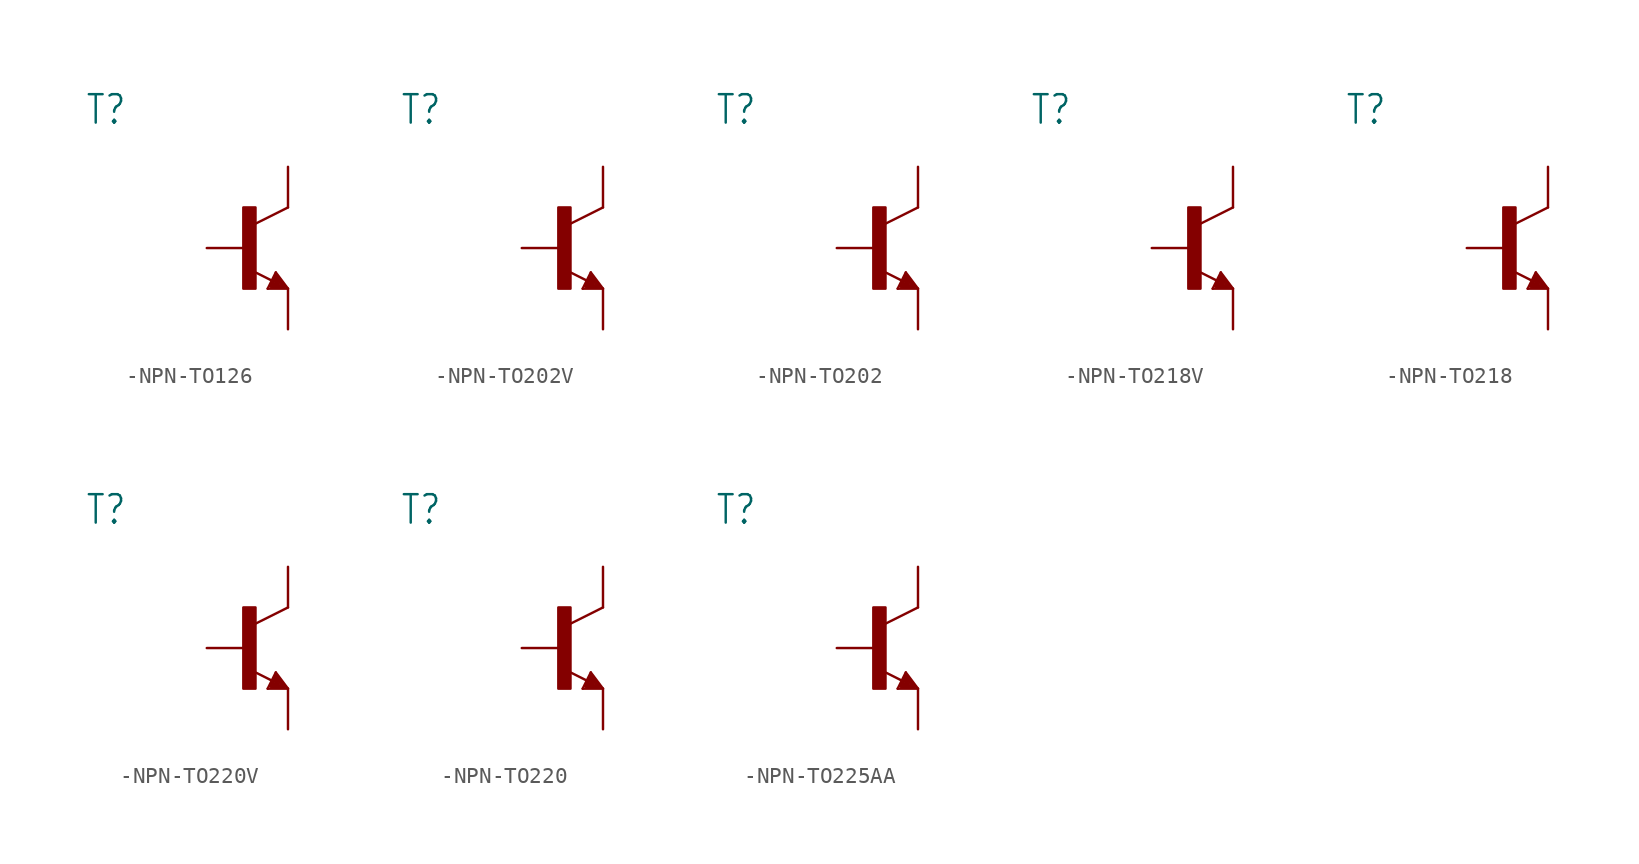
<source format=kicad_sym>
(kicad_symbol_lib
  (version 20231120)
  (generator "kicad_symbol_editor")
  (generator_version "8.0")
  (symbol "-NPN-TO126"
    (property "Reference" "T"
      (at -10.16 7.62 0)
      (effects (font (size 1.778 1.511)) (justify left bottom)))
    (property "Value" ""
      (at -10.16 5.08 0)
      (effects (font (size 1.778 1.511)) (justify left bottom)))
    (property "ki_locked" ""
      (at 0 0 0)
      (effects (font (size 1.27 1.27))))
    (symbol "-NPN-TO126_1_0"
      (rectangle (start -0.254 -2.54) (end 0.508 2.54) (stroke (width 0) (type default)) (fill (type outline)))
      (polyline (pts (xy 1.27 -2.54) (xy 1.778 -1.524)) (stroke (width 0.152) (type solid)) (fill (type none)))
      (polyline (pts (xy 1.524 -2.413) (xy 2.286 -2.413)) (stroke (width 0.254) (type solid)) (fill (type none)))
      (polyline (pts (xy 1.524 -2.286) (xy 1.905 -2.286)) (stroke (width 0.254) (type solid)) (fill (type none)))
      (polyline (pts (xy 1.54 -2.04) (xy 0.308 -1.424)) (stroke (width 0.152) (type solid)) (fill (type none)))
      (polyline (pts (xy 1.778 -1.778) (xy 1.524 -2.286)) (stroke (width 0.254) (type solid)) (fill (type none)))
      (polyline (pts (xy 1.778 -1.524) (xy 2.54 -2.54)) (stroke (width 0.152) (type solid)) (fill (type none)))
      (polyline (pts (xy 1.905 -2.286) (xy 1.778 -2.032)) (stroke (width 0.254) (type solid)) (fill (type none)))
      (polyline (pts (xy 2.286 -2.413) (xy 1.778 -1.778)) (stroke (width 0.254) (type solid)) (fill (type none)))
      (polyline (pts (xy 2.54 -2.54) (xy 1.27 -2.54)) (stroke (width 0.152) (type solid)) (fill (type none)))
      (polyline (pts (xy 2.54 2.54) (xy 0.508 1.524)) (stroke (width 0.152) (type solid)) (fill (type none)))
      (pin passive line (at 2.54 -5.08 90) (length 2.54) (name "E" (effects (font (size 0 0)))) (number "1" (effects (font (size 0 0)))))
      (pin passive line (at 2.54 5.08 270) (length 2.54) (name "C" (effects (font (size 0 0)))) (number "2" (effects (font (size 0 0)))))
      (pin passive line (at -2.54 0 0) (length 2.54) (name "B" (effects (font (size 0 0)))) (number "3" (effects (font (size 0 0)))))))
  (symbol "-NPN-TO202V"
    (property "Reference" "T"
      (at -10.16 7.62 0)
      (effects (font (size 1.778 1.511)) (justify left bottom)))
    (property "Value" ""
      (at -10.16 5.08 0)
      (effects (font (size 1.778 1.511)) (justify left bottom)))
    (property "ki_locked" ""
      (at 0 0 0)
      (effects (font (size 1.27 1.27))))
    (symbol "-NPN-TO202V_1_0"
      (rectangle (start -0.254 -2.54) (end 0.508 2.54) (stroke (width 0) (type default)) (fill (type outline)))
      (polyline (pts (xy 1.27 -2.54) (xy 1.778 -1.524)) (stroke (width 0.152) (type solid)) (fill (type none)))
      (polyline (pts (xy 1.524 -2.413) (xy 2.286 -2.413)) (stroke (width 0.254) (type solid)) (fill (type none)))
      (polyline (pts (xy 1.524 -2.286) (xy 1.905 -2.286)) (stroke (width 0.254) (type solid)) (fill (type none)))
      (polyline (pts (xy 1.54 -2.04) (xy 0.308 -1.424)) (stroke (width 0.152) (type solid)) (fill (type none)))
      (polyline (pts (xy 1.778 -1.778) (xy 1.524 -2.286)) (stroke (width 0.254) (type solid)) (fill (type none)))
      (polyline (pts (xy 1.778 -1.524) (xy 2.54 -2.54)) (stroke (width 0.152) (type solid)) (fill (type none)))
      (polyline (pts (xy 1.905 -2.286) (xy 1.778 -2.032)) (stroke (width 0.254) (type solid)) (fill (type none)))
      (polyline (pts (xy 2.286 -2.413) (xy 1.778 -1.778)) (stroke (width 0.254) (type solid)) (fill (type none)))
      (polyline (pts (xy 2.54 -2.54) (xy 1.27 -2.54)) (stroke (width 0.152) (type solid)) (fill (type none)))
      (polyline (pts (xy 2.54 2.54) (xy 0.508 1.524)) (stroke (width 0.152) (type solid)) (fill (type none)))
      (pin passive line (at 2.54 -5.08 90) (length 2.54) (name "E" (effects (font (size 0 0)))) (number "1" (effects (font (size 0 0)))))
      (pin passive line (at 2.54 5.08 270) (length 2.54) (name "C" (effects (font (size 0 0)))) (number "2" (effects (font (size 0 0)))))
      (pin passive line (at -2.54 0 0) (length 2.54) (name "B" (effects (font (size 0 0)))) (number "3" (effects (font (size 0 0)))))))
  (symbol "-NPN-TO202"
    (property "Reference" "T"
      (at -10.16 7.62 0)
      (effects (font (size 1.778 1.511)) (justify left bottom)))
    (property "Value" ""
      (at -10.16 5.08 0)
      (effects (font (size 1.778 1.511)) (justify left bottom)))
    (property "ki_locked" ""
      (at 0 0 0)
      (effects (font (size 1.27 1.27))))
    (symbol "-NPN-TO202_1_0"
      (rectangle (start -0.254 -2.54) (end 0.508 2.54) (stroke (width 0) (type default)) (fill (type outline)))
      (polyline (pts (xy 1.27 -2.54) (xy 1.778 -1.524)) (stroke (width 0.152) (type solid)) (fill (type none)))
      (polyline (pts (xy 1.524 -2.413) (xy 2.286 -2.413)) (stroke (width 0.254) (type solid)) (fill (type none)))
      (polyline (pts (xy 1.524 -2.286) (xy 1.905 -2.286)) (stroke (width 0.254) (type solid)) (fill (type none)))
      (polyline (pts (xy 1.54 -2.04) (xy 0.308 -1.424)) (stroke (width 0.152) (type solid)) (fill (type none)))
      (polyline (pts (xy 1.778 -1.778) (xy 1.524 -2.286)) (stroke (width 0.254) (type solid)) (fill (type none)))
      (polyline (pts (xy 1.778 -1.524) (xy 2.54 -2.54)) (stroke (width 0.152) (type solid)) (fill (type none)))
      (polyline (pts (xy 1.905 -2.286) (xy 1.778 -2.032)) (stroke (width 0.254) (type solid)) (fill (type none)))
      (polyline (pts (xy 2.286 -2.413) (xy 1.778 -1.778)) (stroke (width 0.254) (type solid)) (fill (type none)))
      (polyline (pts (xy 2.54 -2.54) (xy 1.27 -2.54)) (stroke (width 0.152) (type solid)) (fill (type none)))
      (polyline (pts (xy 2.54 2.54) (xy 0.508 1.524)) (stroke (width 0.152) (type solid)) (fill (type none)))
      (pin passive line (at 2.54 -5.08 90) (length 2.54) (name "E" (effects (font (size 0 0)))) (number "1" (effects (font (size 0 0)))))
      (pin passive line (at 2.54 5.08 270) (length 2.54) (name "C" (effects (font (size 0 0)))) (number "2" (effects (font (size 0 0)))))
      (pin passive line (at -2.54 0 0) (length 2.54) (name "B" (effects (font (size 0 0)))) (number "3" (effects (font (size 0 0)))))))
  (symbol "-NPN-TO218V"
    (property "Reference" "T"
      (at -10.16 7.62 0)
      (effects (font (size 1.778 1.511)) (justify left bottom)))
    (property "Value" ""
      (at -10.16 5.08 0)
      (effects (font (size 1.778 1.511)) (justify left bottom)))
    (property "ki_locked" ""
      (at 0 0 0)
      (effects (font (size 1.27 1.27))))
    (symbol "-NPN-TO218V_1_0"
      (rectangle (start -0.254 -2.54) (end 0.508 2.54) (stroke (width 0) (type default)) (fill (type outline)))
      (polyline (pts (xy 1.27 -2.54) (xy 1.778 -1.524)) (stroke (width 0.152) (type solid)) (fill (type none)))
      (polyline (pts (xy 1.524 -2.413) (xy 2.286 -2.413)) (stroke (width 0.254) (type solid)) (fill (type none)))
      (polyline (pts (xy 1.524 -2.286) (xy 1.905 -2.286)) (stroke (width 0.254) (type solid)) (fill (type none)))
      (polyline (pts (xy 1.54 -2.04) (xy 0.308 -1.424)) (stroke (width 0.152) (type solid)) (fill (type none)))
      (polyline (pts (xy 1.778 -1.778) (xy 1.524 -2.286)) (stroke (width 0.254) (type solid)) (fill (type none)))
      (polyline (pts (xy 1.778 -1.524) (xy 2.54 -2.54)) (stroke (width 0.152) (type solid)) (fill (type none)))
      (polyline (pts (xy 1.905 -2.286) (xy 1.778 -2.032)) (stroke (width 0.254) (type solid)) (fill (type none)))
      (polyline (pts (xy 2.286 -2.413) (xy 1.778 -1.778)) (stroke (width 0.254) (type solid)) (fill (type none)))
      (polyline (pts (xy 2.54 -2.54) (xy 1.27 -2.54)) (stroke (width 0.152) (type solid)) (fill (type none)))
      (polyline (pts (xy 2.54 2.54) (xy 0.508 1.524)) (stroke (width 0.152) (type solid)) (fill (type none)))
      (pin passive line (at -2.54 0 0) (length 2.54) (name "B" (effects (font (size 0 0)))) (number "1" (effects (font (size 0 0)))))
      (pin passive line (at 2.54 5.08 270) (length 2.54) (name "C" (effects (font (size 0 0)))) (number "2" (effects (font (size 0 0)))))
      (pin passive line (at 2.54 -5.08 90) (length 2.54) (name "E" (effects (font (size 0 0)))) (number "3" (effects (font (size 0 0)))))))
  (symbol "-NPN-TO218"
    (property "Reference" "T"
      (at -10.16 7.62 0)
      (effects (font (size 1.778 1.511)) (justify left bottom)))
    (property "Value" ""
      (at -10.16 5.08 0)
      (effects (font (size 1.778 1.511)) (justify left bottom)))
    (property "ki_locked" ""
      (at 0 0 0)
      (effects (font (size 1.27 1.27))))
    (symbol "-NPN-TO218_1_0"
      (rectangle (start -0.254 -2.54) (end 0.508 2.54) (stroke (width 0) (type default)) (fill (type outline)))
      (polyline (pts (xy 1.27 -2.54) (xy 1.778 -1.524)) (stroke (width 0.152) (type solid)) (fill (type none)))
      (polyline (pts (xy 1.524 -2.413) (xy 2.286 -2.413)) (stroke (width 0.254) (type solid)) (fill (type none)))
      (polyline (pts (xy 1.524 -2.286) (xy 1.905 -2.286)) (stroke (width 0.254) (type solid)) (fill (type none)))
      (polyline (pts (xy 1.54 -2.04) (xy 0.308 -1.424)) (stroke (width 0.152) (type solid)) (fill (type none)))
      (polyline (pts (xy 1.778 -1.778) (xy 1.524 -2.286)) (stroke (width 0.254) (type solid)) (fill (type none)))
      (polyline (pts (xy 1.778 -1.524) (xy 2.54 -2.54)) (stroke (width 0.152) (type solid)) (fill (type none)))
      (polyline (pts (xy 1.905 -2.286) (xy 1.778 -2.032)) (stroke (width 0.254) (type solid)) (fill (type none)))
      (polyline (pts (xy 2.286 -2.413) (xy 1.778 -1.778)) (stroke (width 0.254) (type solid)) (fill (type none)))
      (polyline (pts (xy 2.54 -2.54) (xy 1.27 -2.54)) (stroke (width 0.152) (type solid)) (fill (type none)))
      (polyline (pts (xy 2.54 2.54) (xy 0.508 1.524)) (stroke (width 0.152) (type solid)) (fill (type none)))
      (pin passive line (at -2.54 0 0) (length 2.54) (name "B" (effects (font (size 0 0)))) (number "1" (effects (font (size 0 0)))))
      (pin passive line (at 2.54 5.08 270) (length 2.54) (name "C" (effects (font (size 0 0)))) (number "2" (effects (font (size 0 0)))))
      (pin passive line (at 2.54 -5.08 90) (length 2.54) (name "E" (effects (font (size 0 0)))) (number "3" (effects (font (size 0 0)))))))
  (symbol "-NPN-TO220V"
    (property "Reference" "T"
      (at -10.16 7.62 0)
      (effects (font (size 1.778 1.511)) (justify left bottom)))
    (property "Value" ""
      (at -10.16 5.08 0)
      (effects (font (size 1.778 1.511)) (justify left bottom)))
    (property "ki_locked" ""
      (at 0 0 0)
      (effects (font (size 1.27 1.27))))
    (symbol "-NPN-TO220V_1_0"
      (rectangle (start -0.254 -2.54) (end 0.508 2.54) (stroke (width 0) (type default)) (fill (type outline)))
      (polyline (pts (xy 1.27 -2.54) (xy 1.778 -1.524)) (stroke (width 0.152) (type solid)) (fill (type none)))
      (polyline (pts (xy 1.524 -2.413) (xy 2.286 -2.413)) (stroke (width 0.254) (type solid)) (fill (type none)))
      (polyline (pts (xy 1.524 -2.286) (xy 1.905 -2.286)) (stroke (width 0.254) (type solid)) (fill (type none)))
      (polyline (pts (xy 1.54 -2.04) (xy 0.308 -1.424)) (stroke (width 0.152) (type solid)) (fill (type none)))
      (polyline (pts (xy 1.778 -1.778) (xy 1.524 -2.286)) (stroke (width 0.254) (type solid)) (fill (type none)))
      (polyline (pts (xy 1.778 -1.524) (xy 2.54 -2.54)) (stroke (width 0.152) (type solid)) (fill (type none)))
      (polyline (pts (xy 1.905 -2.286) (xy 1.778 -2.032)) (stroke (width 0.254) (type solid)) (fill (type none)))
      (polyline (pts (xy 2.286 -2.413) (xy 1.778 -1.778)) (stroke (width 0.254) (type solid)) (fill (type none)))
      (polyline (pts (xy 2.54 -2.54) (xy 1.27 -2.54)) (stroke (width 0.152) (type solid)) (fill (type none)))
      (polyline (pts (xy 2.54 2.54) (xy 0.508 1.524)) (stroke (width 0.152) (type solid)) (fill (type none)))
      (pin passive line (at -2.54 0 0) (length 2.54) (name "B" (effects (font (size 0 0)))) (number "1" (effects (font (size 0 0)))))
      (pin passive line (at 2.54 5.08 270) (length 2.54) (name "C" (effects (font (size 0 0)))) (number "2" (effects (font (size 0 0)))))
      (pin passive line (at 2.54 -5.08 90) (length 2.54) (name "E" (effects (font (size 0 0)))) (number "3" (effects (font (size 0 0)))))))
  (symbol "-NPN-TO220"
    (property "Reference" "T"
      (at -10.16 7.62 0)
      (effects (font (size 1.778 1.511)) (justify left bottom)))
    (property "Value" ""
      (at -10.16 5.08 0)
      (effects (font (size 1.778 1.511)) (justify left bottom)))
    (property "ki_locked" ""
      (at 0 0 0)
      (effects (font (size 1.27 1.27))))
    (symbol "-NPN-TO220_1_0"
      (rectangle (start -0.254 -2.54) (end 0.508 2.54) (stroke (width 0) (type default)) (fill (type outline)))
      (polyline (pts (xy 1.27 -2.54) (xy 1.778 -1.524)) (stroke (width 0.152) (type solid)) (fill (type none)))
      (polyline (pts (xy 1.524 -2.413) (xy 2.286 -2.413)) (stroke (width 0.254) (type solid)) (fill (type none)))
      (polyline (pts (xy 1.524 -2.286) (xy 1.905 -2.286)) (stroke (width 0.254) (type solid)) (fill (type none)))
      (polyline (pts (xy 1.54 -2.04) (xy 0.308 -1.424)) (stroke (width 0.152) (type solid)) (fill (type none)))
      (polyline (pts (xy 1.778 -1.778) (xy 1.524 -2.286)) (stroke (width 0.254) (type solid)) (fill (type none)))
      (polyline (pts (xy 1.778 -1.524) (xy 2.54 -2.54)) (stroke (width 0.152) (type solid)) (fill (type none)))
      (polyline (pts (xy 1.905 -2.286) (xy 1.778 -2.032)) (stroke (width 0.254) (type solid)) (fill (type none)))
      (polyline (pts (xy 2.286 -2.413) (xy 1.778 -1.778)) (stroke (width 0.254) (type solid)) (fill (type none)))
      (polyline (pts (xy 2.54 -2.54) (xy 1.27 -2.54)) (stroke (width 0.152) (type solid)) (fill (type none)))
      (polyline (pts (xy 2.54 2.54) (xy 0.508 1.524)) (stroke (width 0.152) (type solid)) (fill (type none)))
      (pin passive line (at -2.54 0 0) (length 2.54) (name "B" (effects (font (size 0 0)))) (number "1" (effects (font (size 0 0)))))
      (pin passive line (at 2.54 5.08 270) (length 2.54) (name "C" (effects (font (size 0 0)))) (number "2" (effects (font (size 0 0)))))
      (pin passive line (at 2.54 -5.08 90) (length 2.54) (name "E" (effects (font (size 0 0)))) (number "3" (effects (font (size 0 0)))))))
  (symbol "-NPN-TO225AA"
    (property "Reference" "T"
      (at -10.16 7.62 0)
      (effects (font (size 1.778 1.511)) (justify left bottom)))
    (property "Value" ""
      (at -10.16 5.08 0)
      (effects (font (size 1.778 1.511)) (justify left bottom)))
    (property "ki_locked" ""
      (at 0 0 0)
      (effects (font (size 1.27 1.27))))
    (symbol "-NPN-TO225AA_1_0"
      (rectangle (start -0.254 -2.54) (end 0.508 2.54) (stroke (width 0) (type default)) (fill (type outline)))
      (polyline (pts (xy 1.27 -2.54) (xy 1.778 -1.524)) (stroke (width 0.152) (type solid)) (fill (type none)))
      (polyline (pts (xy 1.524 -2.413) (xy 2.286 -2.413)) (stroke (width 0.254) (type solid)) (fill (type none)))
      (polyline (pts (xy 1.524 -2.286) (xy 1.905 -2.286)) (stroke (width 0.254) (type solid)) (fill (type none)))
      (polyline (pts (xy 1.54 -2.04) (xy 0.308 -1.424)) (stroke (width 0.152) (type solid)) (fill (type none)))
      (polyline (pts (xy 1.778 -1.778) (xy 1.524 -2.286)) (stroke (width 0.254) (type solid)) (fill (type none)))
      (polyline (pts (xy 1.778 -1.524) (xy 2.54 -2.54)) (stroke (width 0.152) (type solid)) (fill (type none)))
      (polyline (pts (xy 1.905 -2.286) (xy 1.778 -2.032)) (stroke (width 0.254) (type solid)) (fill (type none)))
      (polyline (pts (xy 2.286 -2.413) (xy 1.778 -1.778)) (stroke (width 0.254) (type solid)) (fill (type none)))
      (polyline (pts (xy 2.54 -2.54) (xy 1.27 -2.54)) (stroke (width 0.152) (type solid)) (fill (type none)))
      (polyline (pts (xy 2.54 2.54) (xy 0.508 1.524)) (stroke (width 0.152) (type solid)) (fill (type none)))
      (pin passive line (at -2.54 0 0) (length 2.54) (name "B" (effects (font (size 0 0)))) (number "1" (effects (font (size 0 0)))))
      (pin passive line (at 2.54 5.08 270) (length 2.54) (name "C" (effects (font (size 0 0)))) (number "2" (effects (font (size 0 0)))))
      (pin passive line (at 2.54 -5.08 90) (length 2.54) (name "E" (effects (font (size 0 0)))) (number "3" (effects (font (size 0 0))))))))
</source>
